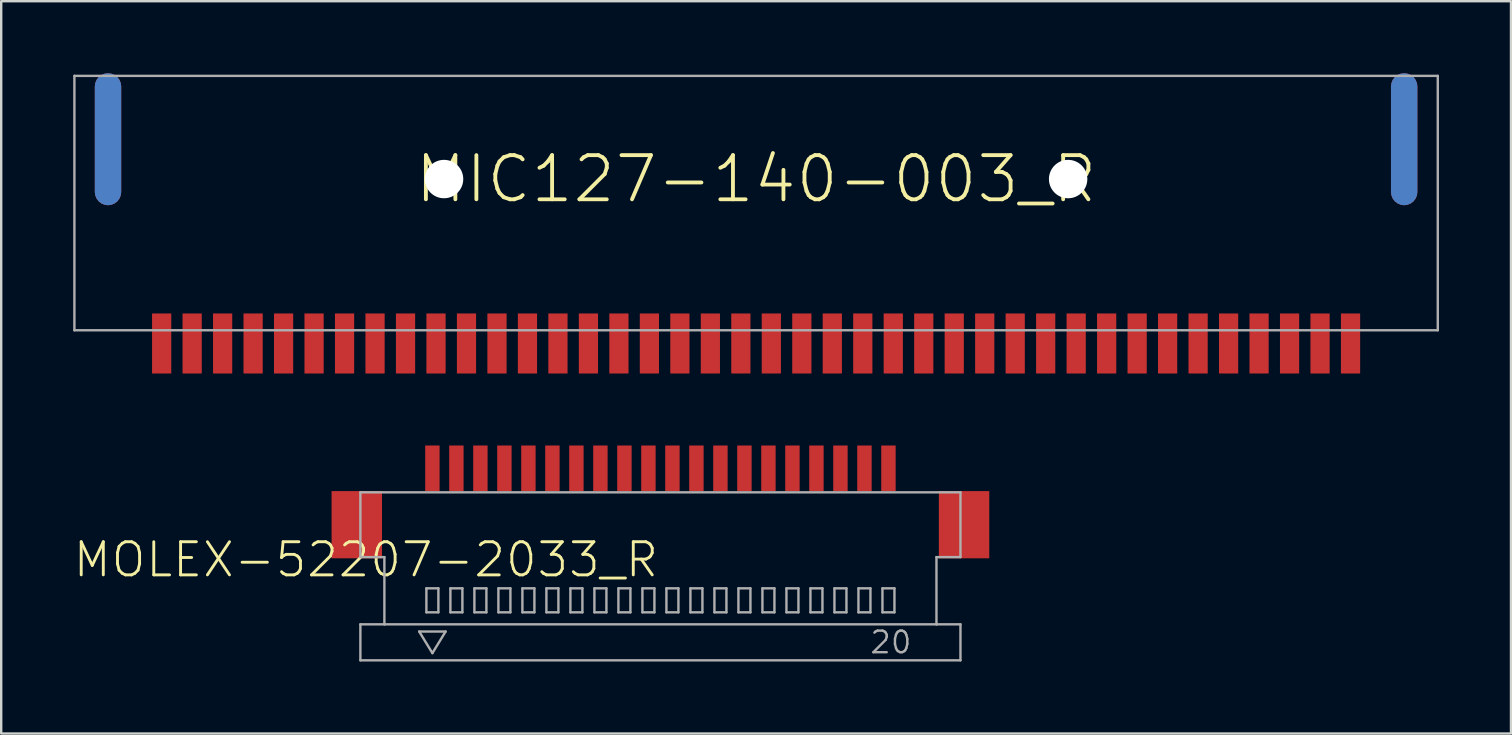
<source format=kicad_pcb>
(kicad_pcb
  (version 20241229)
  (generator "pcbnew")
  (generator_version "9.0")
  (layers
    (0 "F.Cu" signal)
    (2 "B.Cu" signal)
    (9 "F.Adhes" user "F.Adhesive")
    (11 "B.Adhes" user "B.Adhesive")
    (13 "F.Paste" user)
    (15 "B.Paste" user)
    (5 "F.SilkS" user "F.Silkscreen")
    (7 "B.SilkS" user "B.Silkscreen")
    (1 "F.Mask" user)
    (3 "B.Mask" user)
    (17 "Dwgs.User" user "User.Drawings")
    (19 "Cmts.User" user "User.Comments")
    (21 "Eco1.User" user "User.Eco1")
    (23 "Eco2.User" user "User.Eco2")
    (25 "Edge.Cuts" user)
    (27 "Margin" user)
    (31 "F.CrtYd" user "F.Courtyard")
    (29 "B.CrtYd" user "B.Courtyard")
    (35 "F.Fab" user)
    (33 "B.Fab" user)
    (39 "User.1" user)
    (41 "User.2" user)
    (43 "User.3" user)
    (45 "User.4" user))
  (footprint "MOLEX-52207-2033_R"
    (layer "F.Cu")
    (at 24.464 16.46)
    (property "Reference" "MOLEX-52207-2033_R" (at 0 3 0) (unlocked yes) (layer "F.SilkS") (effects (font (size 1.38 1.38) (thickness 0.12)) (justify right top)))
    (fp_line (start -12.5 1) (end -12.5 3.7) (stroke (width 0.1) (type solid)) (layer "F.Fab"))
    (fp_line (start -12.5 3.7) (end -11.5 3.7) (stroke (width 0.1) (type solid)) (layer "F.Fab"))
    (fp_line (start -12.5 6.5) (end -11.5 6.5) (stroke (width 0.1) (type solid)) (layer "F.Fab"))
    (fp_line (start -12.5 8) (end -12.5 6.5) (stroke (width 0.1) (type solid)) (layer "F.Fab"))
    (fp_line (start -12.5 8) (end 12.5 8) (stroke (width 0.1) (type solid)) (layer "F.Fab"))
    (fp_line (start -11.5 3.7) (end -11.5 6.5) (stroke (width 0.1) (type solid)) (layer "F.Fab"))
    (fp_line (start -11.5 6.5) (end 11.5 6.5) (stroke (width 0.1) (type solid)) (layer "F.Fab"))
    (fp_line (start -10.05 6.8) (end -8.95 6.8) (stroke (width 0.1) (type solid)) (layer "F.Fab"))
    (fp_line (start -9.75 5) (end -9.25 5) (stroke (width 0.1) (type solid)) (layer "F.Fab"))
    (fp_line (start -9.75 6) (end -9.75 5) (stroke (width 0.1) (type solid)) (layer "F.Fab"))
    (fp_line (start -9.5 7.7) (end -10.05 6.8) (stroke (width 0.1) (type solid)) (layer "F.Fab"))
    (fp_line (start -9.25 5) (end -9.25 6) (stroke (width 0.1) (type solid)) (layer "F.Fab"))
    (fp_line (start -9.25 6) (end -9.75 6) (stroke (width 0.1) (type solid)) (layer "F.Fab"))
    (fp_line (start -8.95 6.8) (end -9.5 7.7) (stroke (width 0.1) (type solid)) (layer "F.Fab"))
    (fp_line (start -8.75 5) (end -8.25 5) (stroke (width 0.1) (type solid)) (layer "F.Fab"))
    (fp_line (start -8.75 6) (end -8.75 5) (stroke (width 0.1) (type solid)) (layer "F.Fab"))
    (fp_line (start -8.25 5) (end -8.25 6) (stroke (width 0.1) (type solid)) (layer "F.Fab"))
    (fp_line (start -8.25 6) (end -8.75 6) (stroke (width 0.1) (type solid)) (layer "F.Fab"))
    (fp_line (start -7.75 5) (end -7.25 5) (stroke (width 0.1) (type solid)) (layer "F.Fab"))
    (fp_line (start -7.75 6) (end -7.75 5) (stroke (width 0.1) (type solid)) (layer "F.Fab"))
    (fp_line (start -7.25 5) (end -7.25 6) (stroke (width 0.1) (type solid)) (layer "F.Fab"))
    (fp_line (start -7.25 6) (end -7.75 6) (stroke (width 0.1) (type solid)) (layer "F.Fab"))
    (fp_line (start -6.75 5) (end -6.25 5) (stroke (width 0.1) (type solid)) (layer "F.Fab"))
    (fp_line (start -6.75 6) (end -6.75 5) (stroke (width 0.1) (type solid)) (layer "F.Fab"))
    (fp_line (start -6.25 5) (end -6.25 6) (stroke (width 0.1) (type solid)) (layer "F.Fab"))
    (fp_line (start -6.25 6) (end -6.75 6) (stroke (width 0.1) (type solid)) (layer "F.Fab"))
    (fp_line (start -5.75 5) (end -5.25 5) (stroke (width 0.1) (type solid)) (layer "F.Fab"))
    (fp_line (start -5.75 6) (end -5.75 5) (stroke (width 0.1) (type solid)) (layer "F.Fab"))
    (fp_line (start -5.25 5) (end -5.25 6) (stroke (width 0.1) (type solid)) (layer "F.Fab"))
    (fp_line (start -5.25 6) (end -5.75 6) (stroke (width 0.1) (type solid)) (layer "F.Fab"))
    (fp_line (start -4.75 5) (end -4.25 5) (stroke (width 0.1) (type solid)) (layer "F.Fab"))
    (fp_line (start -4.75 6) (end -4.75 5) (stroke (width 0.1) (type solid)) (layer "F.Fab"))
    (fp_line (start -4.25 5) (end -4.25 6) (stroke (width 0.1) (type solid)) (layer "F.Fab"))
    (fp_line (start -4.25 6) (end -4.75 6) (stroke (width 0.1) (type solid)) (layer "F.Fab"))
    (fp_line (start -3.75 5) (end -3.25 5) (stroke (width 0.1) (type solid)) (layer "F.Fab"))
    (fp_line (start -3.75 6) (end -3.75 5) (stroke (width 0.1) (type solid)) (layer "F.Fab"))
    (fp_line (start -3.25 5) (end -3.25 6) (stroke (width 0.1) (type solid)) (layer "F.Fab"))
    (fp_line (start -3.25 6) (end -3.75 6) (stroke (width 0.1) (type solid)) (layer "F.Fab"))
    (fp_line (start -2.75 5) (end -2.25 5) (stroke (width 0.1) (type solid)) (layer "F.Fab"))
    (fp_line (start -2.75 6) (end -2.75 5) (stroke (width 0.1) (type solid)) (layer "F.Fab"))
    (fp_line (start -2.25 5) (end -2.25 6) (stroke (width 0.1) (type solid)) (layer "F.Fab"))
    (fp_line (start -2.25 6) (end -2.75 6) (stroke (width 0.1) (type solid)) (layer "F.Fab"))
    (fp_line (start -1.75 5) (end -1.25 5) (stroke (width 0.1) (type solid)) (layer "F.Fab"))
    (fp_line (start -1.75 6) (end -1.75 5) (stroke (width 0.1) (type solid)) (layer "F.Fab"))
    (fp_line (start -1.25 5) (end -1.25 6) (stroke (width 0.1) (type solid)) (layer "F.Fab"))
    (fp_line (start -1.25 6) (end -1.75 6) (stroke (width 0.1) (type solid)) (layer "F.Fab"))
    (fp_line (start -0.75 5) (end -0.25 5) (stroke (width 0.1) (type solid)) (layer "F.Fab"))
    (fp_line (start -0.75 6) (end -0.75 5) (stroke (width 0.1) (type solid)) (layer "F.Fab"))
    (fp_line (start -0.25 5) (end -0.25 6) (stroke (width 0.1) (type solid)) (layer "F.Fab"))
    (fp_line (start -0.25 6) (end -0.75 6) (stroke (width 0.1) (type solid)) (layer "F.Fab"))
    (fp_line (start 0.25 5) (end 0.75 5) (stroke (width 0.1) (type solid)) (layer "F.Fab"))
    (fp_line (start 0.25 6) (end 0.25 5) (stroke (width 0.1) (type solid)) (layer "F.Fab"))
    (fp_line (start 0.75 5) (end 0.75 6) (stroke (width 0.1) (type solid)) (layer "F.Fab"))
    (fp_line (start 0.75 6) (end 0.25 6) (stroke (width 0.1) (type solid)) (layer "F.Fab"))
    (fp_line (start 1.25 5) (end 1.75 5) (stroke (width 0.1) (type solid)) (layer "F.Fab"))
    (fp_line (start 1.25 6) (end 1.25 5) (stroke (width 0.1) (type solid)) (layer "F.Fab"))
    (fp_line (start 1.75 5) (end 1.75 6) (stroke (width 0.1) (type solid)) (layer "F.Fab"))
    (fp_line (start 1.75 6) (end 1.25 6) (stroke (width 0.1) (type solid)) (layer "F.Fab"))
    (fp_line (start 2.25 5) (end 2.75 5) (stroke (width 0.1) (type solid)) (layer "F.Fab"))
    (fp_line (start 2.25 6) (end 2.25 5) (stroke (width 0.1) (type solid)) (layer "F.Fab"))
    (fp_line (start 2.75 5) (end 2.75 6) (stroke (width 0.1) (type solid)) (layer "F.Fab"))
    (fp_line (start 2.75 6) (end 2.25 6) (stroke (width 0.1) (type solid)) (layer "F.Fab"))
    (fp_line (start 3.25 5) (end 3.75 5) (stroke (width 0.1) (type solid)) (layer "F.Fab"))
    (fp_line (start 3.25 6) (end 3.25 5) (stroke (width 0.1) (type solid)) (layer "F.Fab"))
    (fp_line (start 3.75 5) (end 3.75 6) (stroke (width 0.1) (type solid)) (layer "F.Fab"))
    (fp_line (start 3.75 6) (end 3.25 6) (stroke (width 0.1) (type solid)) (layer "F.Fab"))
    (fp_line (start 4.25 5) (end 4.75 5) (stroke (width 0.1) (type solid)) (layer "F.Fab"))
    (fp_line (start 4.25 6) (end 4.25 5) (stroke (width 0.1) (type solid)) (layer "F.Fab"))
    (fp_line (start 4.75 5) (end 4.75 6) (stroke (width 0.1) (type solid)) (layer "F.Fab"))
    (fp_line (start 4.75 6) (end 4.25 6) (stroke (width 0.1) (type solid)) (layer "F.Fab"))
    (fp_line (start 5.25 5) (end 5.75 5) (stroke (width 0.1) (type solid)) (layer "F.Fab"))
    (fp_line (start 5.25 6) (end 5.25 5) (stroke (width 0.1) (type solid)) (layer "F.Fab"))
    (fp_line (start 5.75 5) (end 5.75 6) (stroke (width 0.1) (type solid)) (layer "F.Fab"))
    (fp_line (start 5.75 6) (end 5.25 6) (stroke (width 0.1) (type solid)) (layer "F.Fab"))
    (fp_line (start 6.25 5) (end 6.75 5) (stroke (width 0.1) (type solid)) (layer "F.Fab"))
    (fp_line (start 6.25 6) (end 6.25 5) (stroke (width 0.1) (type solid)) (layer "F.Fab"))
    (fp_line (start 6.75 5) (end 6.75 6) (stroke (width 0.1) (type solid)) (layer "F.Fab"))
    (fp_line (start 6.75 6) (end 6.25 6) (stroke (width 0.1) (type solid)) (layer "F.Fab"))
    (fp_line (start 7.25 5) (end 7.75 5) (stroke (width 0.1) (type solid)) (layer "F.Fab"))
    (fp_line (start 7.25 6) (end 7.25 5) (stroke (width 0.1) (type solid)) (layer "F.Fab"))
    (fp_line (start 7.75 5) (end 7.75 6) (stroke (width 0.1) (type solid)) (layer "F.Fab"))
    (fp_line (start 7.75 6) (end 7.25 6) (stroke (width 0.1) (type solid)) (layer "F.Fab"))
    (fp_line (start 8.25 5) (end 8.75 5) (stroke (width 0.1) (type solid)) (layer "F.Fab"))
    (fp_line (start 8.25 6) (end 8.25 5) (stroke (width 0.1) (type solid)) (layer "F.Fab"))
    (fp_line (start 8.75 5) (end 8.75 6) (stroke (width 0.1) (type solid)) (layer "F.Fab"))
    (fp_line (start 8.75 6) (end 8.25 6) (stroke (width 0.1) (type solid)) (layer "F.Fab"))
    (fp_line (start 9.25 5) (end 9.75 5) (stroke (width 0.1) (type solid)) (layer "F.Fab"))
    (fp_line (start 9.25 6) (end 9.25 5) (stroke (width 0.1) (type solid)) (layer "F.Fab"))
    (fp_line (start 9.75 5) (end 9.75 6) (stroke (width 0.1) (type solid)) (layer "F.Fab"))
    (fp_line (start 9.75 6) (end 9.25 6) (stroke (width 0.1) (type solid)) (layer "F.Fab"))
    (fp_line (start 11.5 3.7) (end 11.5 6.5) (stroke (width 0.1) (type solid)) (layer "F.Fab"))
    (fp_line (start 11.5 6.5) (end 12.5 6.5) (stroke (width 0.1) (type solid)) (layer "F.Fab"))
    (fp_line (start 12.5 1) (end -12.5 1) (stroke (width 0.1) (type solid)) (layer "F.Fab"))
    (fp_line (start 12.5 3.7) (end 11.5 3.7) (stroke (width 0.1) (type solid)) (layer "F.Fab"))
    (fp_line (start 12.5 3.7) (end 12.5 1) (stroke (width 0.1) (type solid)) (layer "F.Fab"))
    (fp_line (start 12.5 6.5) (end 12.5 8) (stroke (width 0.1) (type solid)) (layer "F.Fab"))
    (fp_text user "20" (at 9.6 7.25 0) (layer "F.Fab") (effects (font (size 0.9 0.9) (thickness 0.1))))
    (pad "1" smd rect (at -9.5 0 180) (size 0.6 1.9) (layers "F.Cu" "F.Mask" "F.Paste"))
    (pad "2" smd rect (at -8.5 0 180) (size 0.6 1.9) (layers "F.Cu" "F.Mask" "F.Paste"))
    (pad "3" smd rect (at -7.5 0 180) (size 0.6 1.9) (layers "F.Cu" "F.Mask" "F.Paste"))
    (pad "4" smd rect (at -6.5 0 180) (size 0.6 1.9) (layers "F.Cu" "F.Mask" "F.Paste"))
    (pad "5" smd rect (at -5.5 0 180) (size 0.6 1.9) (layers "F.Cu" "F.Mask" "F.Paste"))
    (pad "6" smd rect (at -4.5 0 180) (size 0.6 1.9) (layers "F.Cu" "F.Mask" "F.Paste"))
    (pad "7" smd rect (at -3.5 0 180) (size 0.6 1.9) (layers "F.Cu" "F.Mask" "F.Paste"))
    (pad "8" smd rect (at -2.5 0 180) (size 0.6 1.9) (layers "F.Cu" "F.Mask" "F.Paste"))
    (pad "9" smd rect (at -1.5 0 180) (size 0.6 1.9) (layers "F.Cu" "F.Mask" "F.Paste"))
    (pad "10" smd rect (at -0.5 0 180) (size 0.6 1.9) (layers "F.Cu" "F.Mask" "F.Paste"))
    (pad "11" smd rect (at 0.5 0 180) (size 0.6 1.9) (layers "F.Cu" "F.Mask" "F.Paste"))
    (pad "12" smd rect (at 1.5 0 180) (size 0.6 1.9) (layers "F.Cu" "F.Mask" "F.Paste"))
    (pad "13" smd rect (at 2.5 0 180) (size 0.6 1.9) (layers "F.Cu" "F.Mask" "F.Paste"))
    (pad "14" smd rect (at 3.5 0 180) (size 0.6 1.9) (layers "F.Cu" "F.Mask" "F.Paste"))
    (pad "15" smd rect (at 4.5 0 180) (size 0.6 1.9) (layers "F.Cu" "F.Mask" "F.Paste"))
    (pad "16" smd rect (at 5.5 0 180) (size 0.6 1.9) (layers "F.Cu" "F.Mask" "F.Paste"))
    (pad "17" smd rect (at 6.5 0 180) (size 0.6 1.9) (layers "F.Cu" "F.Mask" "F.Paste"))
    (pad "18" smd rect (at 7.5 0 180) (size 0.6 1.9) (layers "F.Cu" "F.Mask" "F.Paste"))
    (pad "19" smd rect (at 8.5 0 180) (size 0.6 1.9) (layers "F.Cu" "F.Mask" "F.Paste"))
    (pad "20" smd rect (at 9.5 0 180) (size 0.6 1.9) (layers "F.Cu" "F.Mask" "F.Paste"))
    (pad "S1" smd rect (at -12.65 2.35) (size 2.1 2.8) (layers "F.Cu" "F.Mask" "F.Paste"))
    (pad "S2" smd rect (at 12.65 2.35) (size 2.1 2.8) (layers "F.Cu" "F.Mask" "F.Paste")))
  (footprint "MIC127-140-003_R"
    (layer "F.Cu")
    (at 28.45 4.41)
    (property "Reference" "MIC127-140-003_R" (at 0 0 0) (unlocked yes) (layer "F.SilkS") (effects (font (size 1.84 1.84) (thickness 0.16))))
    (fp_line (start -28.4 -4.3) (end -28.4 6.3) (stroke (width 0.1) (type solid)) (layer "F.Fab"))
    (fp_line (start -28.4 -4.3) (end 28.4 -4.3) (stroke (width 0.1) (type solid)) (layer "F.Fab"))
    (fp_line (start -28.4 6.3) (end 28.4 6.3) (stroke (width 0.1) (type solid)) (layer "F.Fab"))
    (fp_line (start 28.4 -4.3) (end 28.4 6.3) (stroke (width 0.1) (type solid)) (layer "F.Fab"))
    (pad "" np_thru_hole circle (at -13 0) (size 1.6 1.6) (drill 1.6) (layers "*.Cu" "*.Mask"))
    (pad "" np_thru_hole circle (at 13 0) (size 1.6 1.6) (drill 1.6) (layers "*.Cu" "*.Mask"))
    (pad "1" smd rect (at 24.765 6.85 90) (size 2.5 0.8) (layers "F.Cu" "F.Mask" "F.Paste"))
    (pad "2" smd rect (at 23.495 6.85 90) (size 2.5 0.8) (layers "F.Cu" "F.Mask" "F.Paste"))
    (pad "3" smd rect (at 22.225 6.85 90) (size 2.5 0.8) (layers "F.Cu" "F.Mask" "F.Paste"))
    (pad "4" smd rect (at 20.955 6.85 90) (size 2.5 0.8) (layers "F.Cu" "F.Mask" "F.Paste"))
    (pad "5" smd rect (at 19.685 6.85 90) (size 2.5 0.8) (layers "F.Cu" "F.Mask" "F.Paste"))
    (pad "6" smd rect (at 18.415 6.85 90) (size 2.5 0.8) (layers "F.Cu" "F.Mask" "F.Paste"))
    (pad "7" smd rect (at 17.145 6.85 90) (size 2.5 0.8) (layers "F.Cu" "F.Mask" "F.Paste"))
    (pad "8" smd rect (at 15.875 6.85 90) (size 2.5 0.8) (layers "F.Cu" "F.Mask" "F.Paste"))
    (pad "9" smd rect (at 14.605 6.85 90) (size 2.5 0.8) (layers "F.Cu" "F.Mask" "F.Paste"))
    (pad "10" smd rect (at 13.335 6.85 90) (size 2.5 0.8) (layers "F.Cu" "F.Mask" "F.Paste"))
    (pad "11" smd rect (at 12.065 6.85 90) (size 2.5 0.8) (layers "F.Cu" "F.Mask" "F.Paste"))
    (pad "12" smd rect (at 10.795 6.85 90) (size 2.5 0.8) (layers "F.Cu" "F.Mask" "F.Paste"))
    (pad "13" smd rect (at 9.525 6.85 90) (size 2.5 0.8) (layers "F.Cu" "F.Mask" "F.Paste"))
    (pad "14" smd rect (at 8.255 6.85 90) (size 2.5 0.8) (layers "F.Cu" "F.Mask" "F.Paste"))
    (pad "15" smd rect (at 6.985 6.85 90) (size 2.5 0.8) (layers "F.Cu" "F.Mask" "F.Paste"))
    (pad "16" smd rect (at 5.715 6.85 90) (size 2.5 0.8) (layers "F.Cu" "F.Mask" "F.Paste"))
    (pad "17" smd rect (at 4.445 6.85 90) (size 2.5 0.8) (layers "F.Cu" "F.Mask" "F.Paste"))
    (pad "18" smd rect (at 3.175 6.85 90) (size 2.5 0.8) (layers "F.Cu" "F.Mask" "F.Paste"))
    (pad "19" smd rect (at 1.905 6.85 90) (size 2.5 0.8) (layers "F.Cu" "F.Mask" "F.Paste"))
    (pad "20" smd rect (at 0.635 6.85 90) (size 2.5 0.8) (layers "F.Cu" "F.Mask" "F.Paste"))
    (pad "21" smd rect (at -0.635 6.85 90) (size 2.5 0.8) (layers "F.Cu" "F.Mask" "F.Paste"))
    (pad "22" smd rect (at -1.905 6.85 90) (size 2.5 0.8) (layers "F.Cu" "F.Mask" "F.Paste"))
    (pad "23" smd rect (at -3.175 6.85 90) (size 2.5 0.8) (layers "F.Cu" "F.Mask" "F.Paste"))
    (pad "24" smd rect (at -4.445 6.85 90) (size 2.5 0.8) (layers "F.Cu" "F.Mask" "F.Paste"))
    (pad "25" smd rect (at -5.715 6.85 90) (size 2.5 0.8) (layers "F.Cu" "F.Mask" "F.Paste"))
    (pad "26" smd rect (at -6.985 6.85 90) (size 2.5 0.8) (layers "F.Cu" "F.Mask" "F.Paste"))
    (pad "27" smd rect (at -8.255 6.85 90) (size 2.5 0.8) (layers "F.Cu" "F.Mask" "F.Paste"))
    (pad "28" smd rect (at -9.525 6.85 90) (size 2.5 0.8) (layers "F.Cu" "F.Mask" "F.Paste"))
    (pad "29" smd rect (at -10.795 6.85 90) (size 2.5 0.8) (layers "F.Cu" "F.Mask" "F.Paste"))
    (pad "30" smd rect (at -12.065 6.85 90) (size 2.5 0.8) (layers "F.Cu" "F.Mask" "F.Paste"))
    (pad "31" smd rect (at -13.335 6.85 90) (size 2.5 0.8) (layers "F.Cu" "F.Mask" "F.Paste"))
    (pad "32" smd rect (at -14.605 6.85 90) (size 2.5 0.8) (layers "F.Cu" "F.Mask" "F.Paste"))
    (pad "33" smd rect (at -15.875 6.85 90) (size 2.5 0.8) (layers "F.Cu" "F.Mask" "F.Paste"))
    (pad "34" smd rect (at -17.145 6.85 90) (size 2.5 0.8) (layers "F.Cu" "F.Mask" "F.Paste"))
    (pad "35" smd rect (at -18.415 6.85 90) (size 2.5 0.8) (layers "F.Cu" "F.Mask" "F.Paste"))
    (pad "36" smd rect (at -19.685 6.85 90) (size 2.5 0.8) (layers "F.Cu" "F.Mask" "F.Paste"))
    (pad "37" smd rect (at -20.955 6.85 90) (size 2.5 0.8) (layers "F.Cu" "F.Mask" "F.Paste"))
    (pad "38" smd rect (at -22.225 6.85 90) (size 2.5 0.8) (layers "F.Cu" "F.Mask" "F.Paste"))
    (pad "39" smd rect (at -23.495 6.85 90) (size 2.5 0.8) (layers "F.Cu" "F.Mask" "F.Paste"))
    (pad "40" smd rect (at -24.765 6.85 90) (size 2.5 0.8) (layers "F.Cu" "F.Mask" "F.Paste"))
    (pad "A1" smd roundrect (at 27 -1.66 90) (size 5.5 1.1) (layers "F.Cu" "F.Mask") (roundrect_rratio 0.5))
    (pad "A2" smd roundrect (at 27 -1.66 90) (size 5.5 1.1) (layers "B.Cu" "B.Mask") (roundrect_rratio 0.5))
    (pad "B1" smd roundrect (at -27 -1.66 90) (size 5.5 1.1) (layers "F.Cu" "F.Mask") (roundrect_rratio 0.5))
    (pad "B2" smd roundrect (at -27 -1.66 90) (size 5.5 1.1) (layers "B.Cu" "B.Mask") (roundrect_rratio 0.5)))
  (gr_rect
    (start -3 -3)
    (end 59.9 27.51)
    (stroke (width 0.1) (type default))
    (fill no)
    (layer "Edge.Cuts")))
</source>
